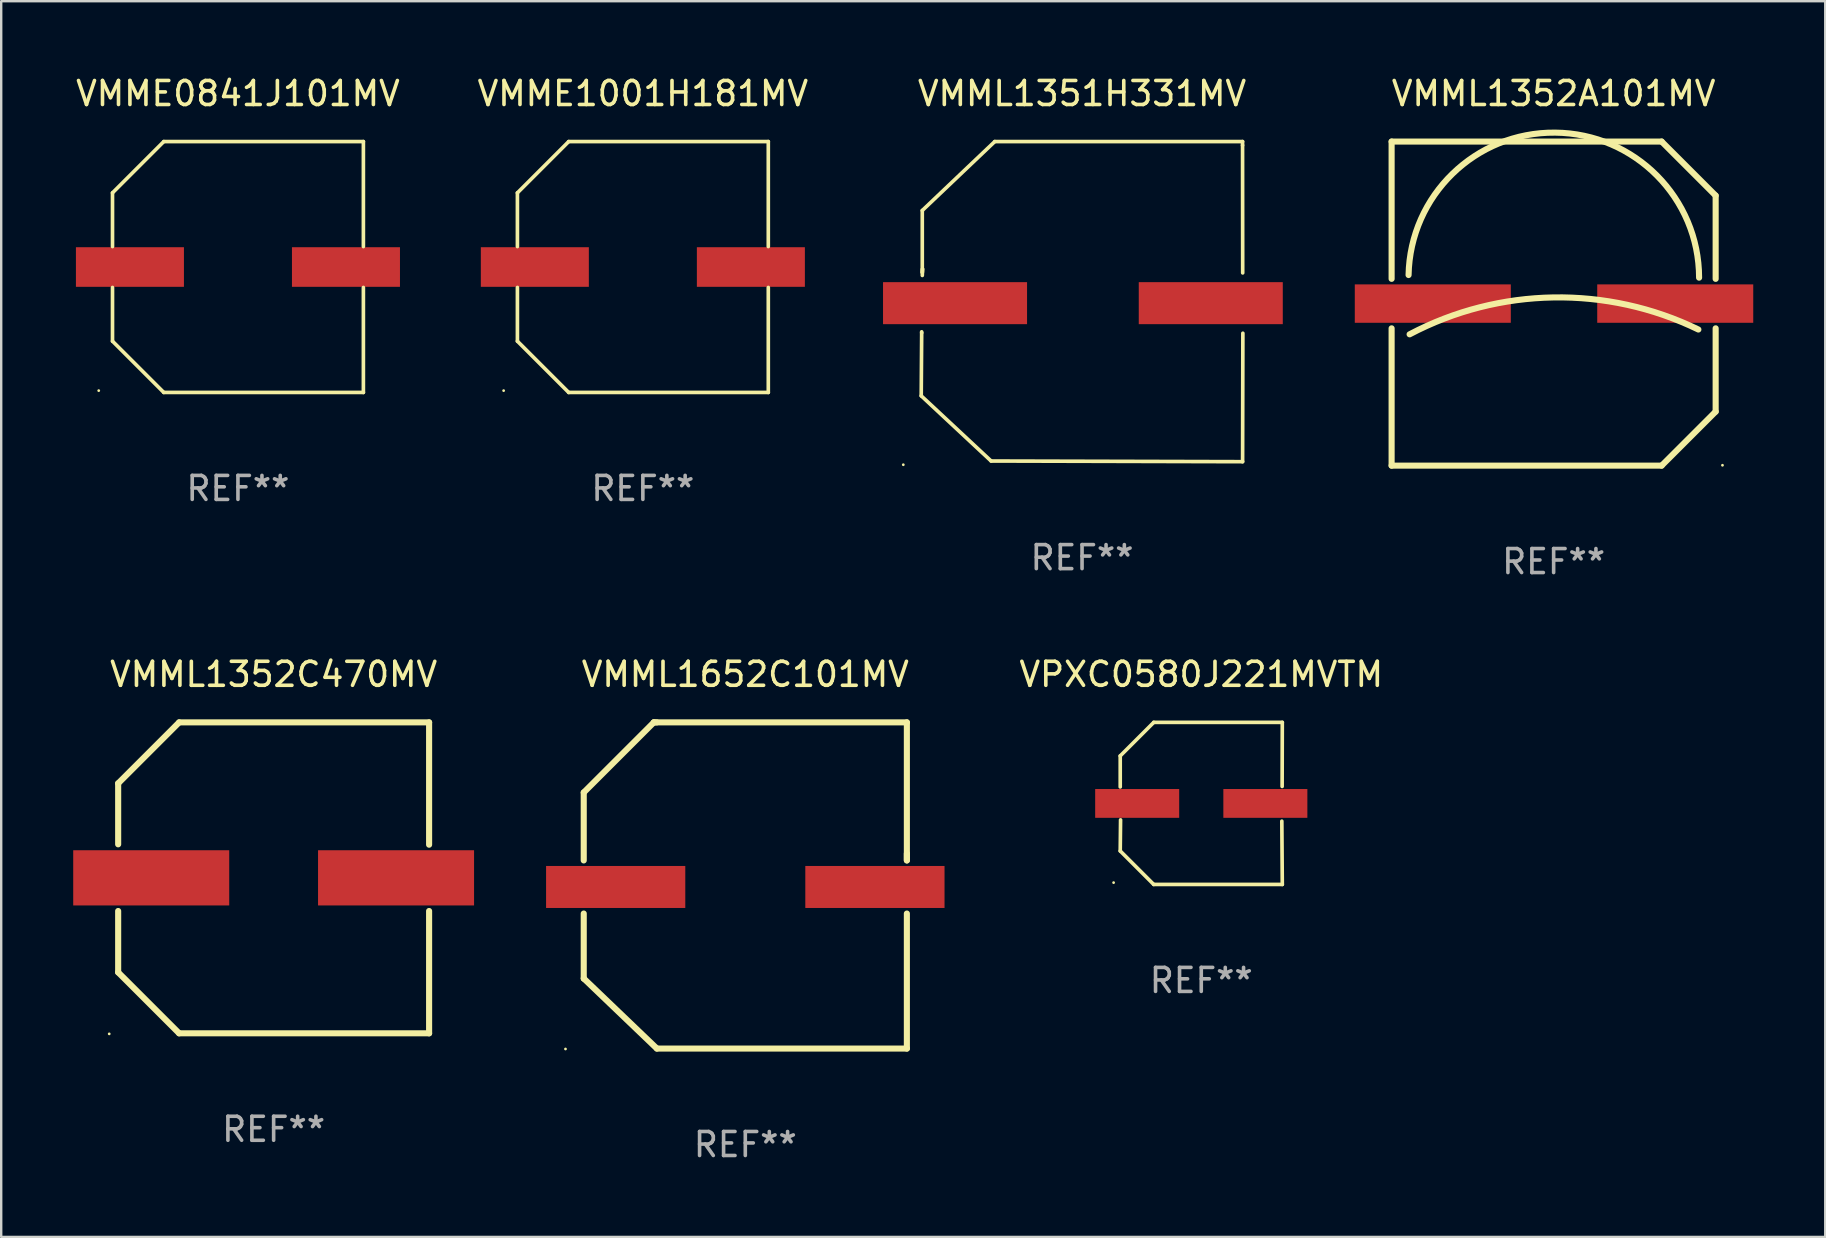
<source format=kicad_pcb>
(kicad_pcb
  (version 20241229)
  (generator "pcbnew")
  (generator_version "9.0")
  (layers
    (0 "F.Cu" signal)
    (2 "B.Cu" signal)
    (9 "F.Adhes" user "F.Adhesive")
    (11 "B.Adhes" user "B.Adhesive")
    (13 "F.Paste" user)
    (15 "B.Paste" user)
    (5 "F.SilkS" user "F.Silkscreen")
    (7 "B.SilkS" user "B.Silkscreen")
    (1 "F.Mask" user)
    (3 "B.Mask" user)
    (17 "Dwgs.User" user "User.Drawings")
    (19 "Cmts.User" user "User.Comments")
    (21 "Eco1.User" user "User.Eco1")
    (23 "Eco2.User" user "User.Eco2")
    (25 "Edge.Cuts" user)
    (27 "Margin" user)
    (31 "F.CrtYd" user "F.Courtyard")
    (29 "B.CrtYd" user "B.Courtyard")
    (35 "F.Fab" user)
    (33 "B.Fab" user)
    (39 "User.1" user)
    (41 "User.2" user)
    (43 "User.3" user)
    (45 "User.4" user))
  (footprint "VMME1001H181MV"
    (layer "F.Cu")
    (at 23.732 8.074)
    (property "Reference" "VMME1001H181MV" (at 0 -7.226 0) (layer "F.SilkS") (effects (font (size 1 1) (thickness 0.15))))
    (attr through_hole)
    (fp_line (start -5.226 -3.09) (end -5.226 -0.852) (stroke (width 0.152) (type solid)) (layer "F.SilkS"))
    (fp_line (start -5.226 3.09) (end -5.226 0.852) (stroke (width 0.152) (type solid)) (layer "F.SilkS"))
    (fp_line (start -3.09 -5.226) (end -5.226 -3.09) (stroke (width 0.152) (type solid)) (layer "F.SilkS"))
    (fp_line (start -3.09 5.226) (end -5.226 3.09) (stroke (width 0.152) (type solid)) (layer "F.SilkS"))
    (fp_line (start 5.226 -5.226) (end -3.09 -5.226) (stroke (width 0.152) (type solid)) (layer "F.SilkS"))
    (fp_line (start 5.226 -0.852) (end 5.226 -5.226) (stroke (width 0.152) (type solid)) (layer "F.SilkS"))
    (fp_line (start 5.226 0.852) (end 5.226 5.226) (stroke (width 0.152) (type solid)) (layer "F.SilkS"))
    (fp_line (start 5.226 5.226) (end -3.09 5.226) (stroke (width 0.152) (type solid)) (layer "F.SilkS"))
    (fp_circle (center -5.8 5.15) (end -5.77 5.15) (stroke (width 0.06) (type solid)) (fill no) (layer "F.SilkS"))
    (fp_text user "REF**" (at 0 9.226 0) (layer "F.Fab") (effects (font (size 1 1) (thickness 0.15))))
    (pad "1" smd rect (at -4.5 0) (size 4.5 1.65) (layers "F.Cu" "F.Mask" "F.Paste"))
    (pad "2" smd rect (at 4.5 0) (size 4.5 1.65) (layers "F.Cu" "F.Mask" "F.Paste")))
  (footprint "VMML1652C101MV"
    (layer "F.Cu")
    (at 28 33.839)
    (property "Reference" "VMML1652C101MV" (at 0 -8.795 0) (layer "F.SilkS") (effects (font (size 1 1) (thickness 0.15))))
    (attr through_hole)
    (fp_line (start -6.731 -3.874) (end -6.731 -1.043) (stroke (width 0.254) (type solid)) (layer "F.SilkS"))
    (fp_line (start -6.731 1.17) (end -6.731 3.874) (stroke (width 0.254) (type solid)) (layer "F.SilkS"))
    (fp_line (start -6.731 3.874) (end -6.722 3.884) (stroke (width 0.254) (type solid)) (layer "F.SilkS"))
    (fp_line (start -6.722 3.884) (end -3.683 6.795) (stroke (width 0.254) (type solid)) (layer "F.SilkS"))
    (fp_line (start -3.81 -6.795) (end -6.731 -3.874) (stroke (width 0.254) (type solid)) (layer "F.SilkS"))
    (fp_line (start -3.687 -6.795) (end -3.81 -6.795) (stroke (width 0.254) (type solid)) (layer "F.SilkS"))
    (fp_line (start -3.683 6.795) (end 6.731 6.795) (stroke (width 0.254) (type solid)) (layer "F.SilkS"))
    (fp_line (start 6.731 -6.795) (end -3.81 -6.795) (stroke (width 0.254) (type solid)) (layer "F.SilkS"))
    (fp_line (start 6.731 -1.043) (end 6.731 -6.795) (stroke (width 0.254) (type solid)) (layer "F.SilkS"))
    (fp_line (start 6.731 -1.043) (end 6.731 -1.332) (stroke (width 0.254) (type solid)) (layer "F.SilkS"))
    (fp_line (start 6.731 6.795) (end 6.731 1.17) (stroke (width 0.254) (type solid)) (layer "F.SilkS"))
    (fp_circle (center -7.491 6.813) (end -7.461 6.813) (stroke (width 0.06) (type solid)) (fill no) (layer "F.SilkS"))
    (fp_text user "REF**" (at 0 10.795 0) (layer "F.Fab") (effects (font (size 1 1) (thickness 0.15))))
    (pad "1" smd rect (at -5.4 0.063) (size 5.8 1.75) (layers "F.Cu" "F.Mask" "F.Paste"))
    (pad "2" smd rect (at 5.4 0.063) (size 5.8 1.75) (layers "F.Cu" "F.Mask" "F.Paste")))
  (footprint "VMML1352C470MV"
    (layer "F.Cu")
    (at 8.35 33.522)
    (property "Reference" "VMML1352C470MV" (at 0 -8.477 0) (layer "F.SilkS") (effects (font (size 1 1) (thickness 0.15))))
    (attr through_hole)
    (fp_line (start -6.477 -3.937) (end -6.477 -1.397) (stroke (width 0.254) (type solid)) (layer "F.SilkS"))
    (fp_line (start -6.477 1.381) (end -6.477 3.937) (stroke (width 0.254) (type solid)) (layer "F.SilkS"))
    (fp_line (start -6.477 3.937) (end -3.937 6.477) (stroke (width 0.254) (type solid)) (layer "F.SilkS"))
    (fp_line (start -3.937 -6.477) (end -6.477 -3.937) (stroke (width 0.254) (type solid)) (layer "F.SilkS"))
    (fp_line (start -3.937 6.477) (end 6.477 6.477) (stroke (width 0.254) (type solid)) (layer "F.SilkS"))
    (fp_line (start 6.477 -6.477) (end -3.937 -6.477) (stroke (width 0.254) (type solid)) (layer "F.SilkS"))
    (fp_line (start 6.477 -1.381) (end 6.477 -6.477) (stroke (width 0.254) (type solid)) (layer "F.SilkS"))
    (fp_line (start 6.477 6.477) (end 6.477 1.381) (stroke (width 0.254) (type solid)) (layer "F.SilkS"))
    (fp_circle (center -6.85 6.5) (end -6.82 6.5) (stroke (width 0.06) (type solid)) (fill no) (layer "F.SilkS"))
    (fp_text user "REF**" (at 0 10.477 0) (layer "F.Fab") (effects (font (size 1 1) (thickness 0.15))))
    (pad "1" smd rect (at -5.1 0) (size 6.5 2.3) (layers "F.Cu" "F.Mask" "F.Paste"))
    (pad "2" smd rect (at 5.1 0) (size 6.5 2.3) (layers "F.Cu" "F.Mask" "F.Paste")))
  (footprint "VMML1351H331MV"
    (layer "F.Cu")
    (at 42.029 9.516)
    (property "Reference" "VMML1351H331MV" (at 0 -8.668 0) (layer "F.SilkS") (effects (font (size 1 1) (thickness 0.15))))
    (attr through_hole)
    (fp_line (start -6.7 3.925) (end -6.681 1.297) (stroke (width 0.152) (type solid)) (layer "F.SilkS"))
    (fp_line (start -6.681 1.297) (end -6.682 1.257) (stroke (width 0.152) (type solid)) (layer "F.SilkS"))
    (fp_line (start -6.656 -3.797) (end -6.656 -1.217) (stroke (width 0.152) (type solid)) (layer "F.SilkS"))
    (fp_line (start -6.656 -1.217) (end -6.646 -1.359) (stroke (width 0.152) (type solid)) (layer "F.SilkS"))
    (fp_line (start -6.646 -1.359) (end -6.655 -1.091) (stroke (width 0.152) (type solid)) (layer "F.SilkS"))
    (fp_line (start -3.788 6.64) (end -6.7 3.925) (stroke (width 0.152) (type solid)) (layer "F.SilkS"))
    (fp_line (start -3.636 -6.668) (end -6.656 -3.797) (stroke (width 0.152) (type solid)) (layer "F.SilkS"))
    (fp_line (start 6.687 -6.668) (end -3.636 -6.668) (stroke (width 0.152) (type solid)) (layer "F.SilkS"))
    (fp_line (start 6.687 -6.513) (end 6.687 -6.668) (stroke (width 0.152) (type solid)) (layer "F.SilkS"))
    (fp_line (start 6.689 6.668) (end -3.788 6.64) (stroke (width 0.152) (type solid)) (layer "F.SilkS"))
    (fp_line (start 6.693 -1.197) (end 6.687 -6.513) (stroke (width 0.152) (type solid)) (layer "F.SilkS"))
    (fp_line (start 6.7 1.317) (end 6.689 6.668) (stroke (width 0.152) (type solid)) (layer "F.SilkS"))
    (fp_circle (center -7.447 6.795) (end -7.417 6.795) (stroke (width 0.06) (type solid)) (fill no) (layer "F.SilkS"))
    (fp_text user "REF**" (at 0 10.668 0) (layer "F.Fab") (effects (font (size 1 1) (thickness 0.15))))
    (pad "1" smd rect (at -5.291 0.064) (size 6 1.75) (layers "F.Cu" "F.Mask" "F.Paste"))
    (pad "2" smd rect (at 5.363 0.064) (size 6 1.75) (layers "F.Cu" "F.Mask" "F.Paste")))
  (footprint "VMME0841J101MV"
    (layer "F.Cu")
    (at 6.863 8.074)
    (property "Reference" "VMME0841J101MV" (at 0 -7.226 0) (layer "F.SilkS") (effects (font (size 1 1) (thickness 0.15))))
    (attr through_hole)
    (fp_line (start -5.226 -3.09) (end -5.226 -0.852) (stroke (width 0.152) (type solid)) (layer "F.SilkS"))
    (fp_line (start -5.226 3.09) (end -5.226 0.852) (stroke (width 0.152) (type solid)) (layer "F.SilkS"))
    (fp_line (start -3.09 -5.226) (end -5.226 -3.09) (stroke (width 0.152) (type solid)) (layer "F.SilkS"))
    (fp_line (start -3.09 5.226) (end -5.226 3.09) (stroke (width 0.152) (type solid)) (layer "F.SilkS"))
    (fp_line (start 5.226 -5.226) (end -3.09 -5.226) (stroke (width 0.152) (type solid)) (layer "F.SilkS"))
    (fp_line (start 5.226 -0.852) (end 5.226 -5.226) (stroke (width 0.152) (type solid)) (layer "F.SilkS"))
    (fp_line (start 5.226 0.852) (end 5.226 5.226) (stroke (width 0.152) (type solid)) (layer "F.SilkS"))
    (fp_line (start 5.226 5.226) (end -3.09 5.226) (stroke (width 0.152) (type solid)) (layer "F.SilkS"))
    (fp_circle (center -5.8 5.15) (end -5.77 5.15) (stroke (width 0.06) (type solid)) (fill no) (layer "F.SilkS"))
    (fp_text user "REF**" (at 0 9.226 0) (layer "F.Fab") (effects (font (size 1 1) (thickness 0.15))))
    (pad "1" smd rect (at -4.5 0) (size 4.5 1.65) (layers "F.Cu" "F.Mask" "F.Paste"))
    (pad "2" smd rect (at 4.5 0) (size 4.5 1.65) (layers "F.Cu" "F.Mask" "F.Paste")))
  (footprint "VPXC0580J221MVTM"
    (layer "F.Cu")
    (at 46.996 30.421)
    (property "Reference" "VPXC0580J221MVTM" (at 0 -5.376 0) (layer "F.SilkS") (effects (font (size 1 1) (thickness 0.15))))
    (attr through_hole)
    (fp_line (start -3.376 -1.98) (end -3.376 -0.686) (stroke (width 0.152) (type solid)) (layer "F.SilkS"))
    (fp_line (start -3.376 1.981) (end -3.362 0.686) (stroke (width 0.152) (type solid)) (layer "F.SilkS"))
    (fp_line (start -1.981 3.376) (end -3.376 1.981) (stroke (width 0.152) (type solid)) (layer "F.SilkS"))
    (fp_line (start -1.98 -3.376) (end -3.376 -1.98) (stroke (width 0.152) (type solid)) (layer "F.SilkS"))
    (fp_line (start 3.356 0.74) (end 3.376 3.376) (stroke (width 0.152) (type solid)) (layer "F.SilkS"))
    (fp_line (start 3.369 -0.707) (end 3.376 -3.376) (stroke (width 0.152) (type solid)) (layer "F.SilkS"))
    (fp_line (start 3.376 3.376) (end -1.981 3.376) (stroke (width 0.152) (type solid)) (layer "F.SilkS"))
    (fp_line (start 3.376 -3.376) (end -1.98 -3.376) (stroke (width 0.152) (type solid)) (layer "F.SilkS"))
    (fp_circle (center -3.652 3.3) (end -3.622 3.3) (stroke (width 0.06) (type solid)) (fill no) (layer "F.SilkS"))
    (fp_text user "REF**" (at 0 7.376 0) (layer "F.Fab") (effects (font (size 1 1) (thickness 0.15))))
    (pad "1" smd rect (at -2.67 0.000229) (size 3.5 1.2) (layers "F.Cu" "F.Mask" "F.Paste"))
    (pad "2" smd rect (at 2.67 0.000229) (size 3.5 1.2) (layers "F.Cu" "F.Mask" "F.Paste")))
  (footprint "VMML1352A101MV"
    (layer "F.Cu")
    (at 61.676 9.598)
    (property "Reference" "VMML1352A101MV" (at 0 -8.75 0) (layer "F.SilkS") (effects (font (size 1 1) (thickness 0.15))))
    (attr through_hole)
    (fp_line (start -6.75 -6.75) (end 4.5 -6.75) (stroke (width 0.254) (type solid)) (layer "F.SilkS"))
    (fp_line (start -6.75 -1.031) (end -6.75 -6.75) (stroke (width 0.254) (type solid)) (layer "F.SilkS"))
    (fp_line (start -6.75 6.75) (end -6.75 1.031) (stroke (width 0.254) (type solid)) (layer "F.SilkS"))
    (fp_line (start -6.75 6.75) (end 4.5 6.75) (stroke (width 0.254) (type solid)) (layer "F.SilkS"))
    (fp_line (start 4.5 6.75) (end 6.75 4.5) (stroke (width 0.254) (type solid)) (layer "F.SilkS"))
    (fp_line (start 6.75 -4.5) (end 4.5 -6.75) (stroke (width 0.254) (type solid)) (layer "F.SilkS"))
    (fp_line (start 6.75 -1.031) (end 6.75 -4.5) (stroke (width 0.254) (type solid)) (layer "F.SilkS"))
    (fp_line (start 6.75 4.5) (end 6.75 1.031) (stroke (width 0.254) (type solid)) (layer "F.SilkS"))
    (fp_arc (start -6.043638 -1.190577) (mid 0.06288 -7.123351) (end 6.059995 -1.08001) (stroke (width 0.254001) (type solid)) (layer "F.SilkS"))
    (fp_arc (start -6 1.28001) (mid -0.008883 -0.256469) (end 6.029998 1.08001) (stroke (width 0.254001) (type solid)) (layer "F.SilkS"))
    (fp_circle (center 7.034 6.735) (end 7.064 6.735) (stroke (width 0.06) (type solid)) (fill no) (layer "F.SilkS"))
    (fp_text user "REF**" (at 0 10.75 0) (layer "F.Fab") (effects (font (size 1 1) (thickness 0.15))))
    (pad "1" smd rect (at 5.066 -0.000102) (size 6.5 1.6) (layers "F.Cu" "F.Mask" "F.Paste"))
    (pad "2" smd rect (at -5.034 -0.000102) (size 6.5 1.6) (layers "F.Cu" "F.Mask" "F.Paste")))
  (gr_rect
    (start -3 -3)
    (end 72.991 48.482)
    (stroke (width 0.1) (type default))
    (fill no)
    (layer "Edge.Cuts")))
</source>
